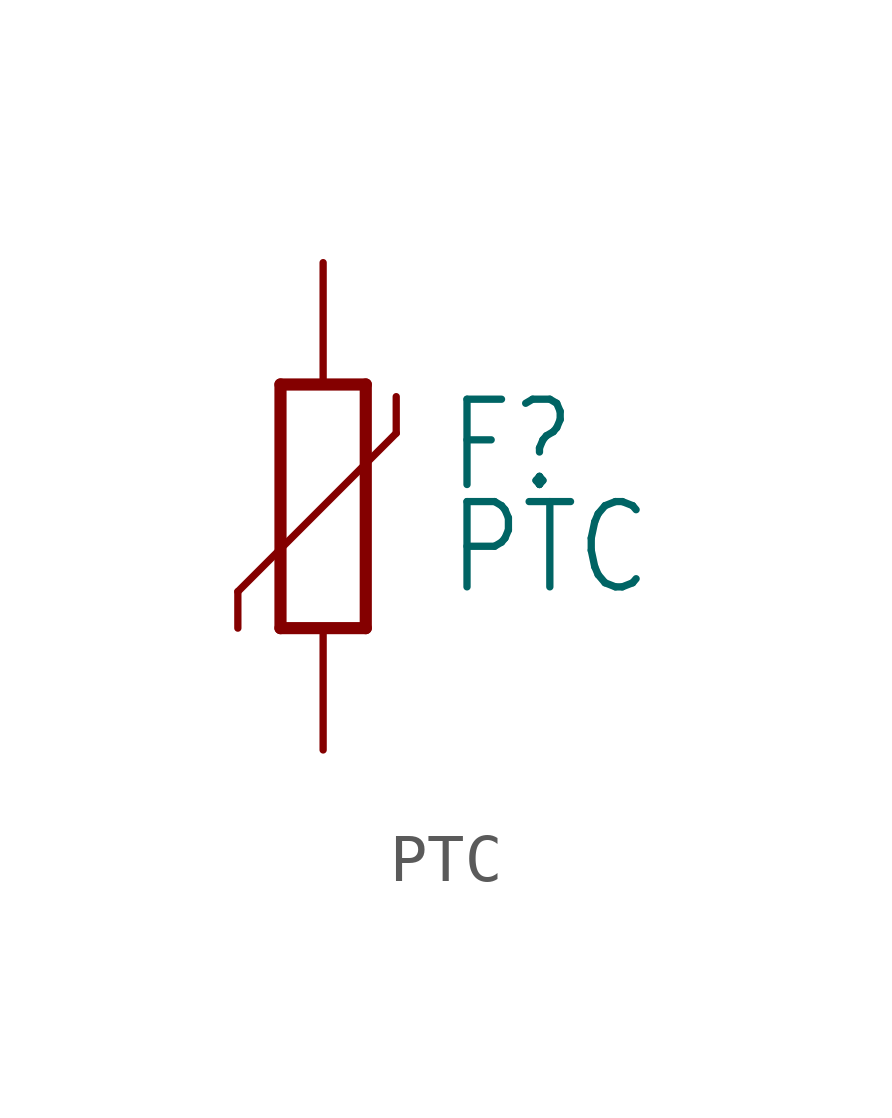
<source format=kicad_sym>
(kicad_symbol_lib
  (version 20211014)
  (generator kicad_symbol_editor)
  (symbol "PTC"
    (property "Reference" "F"
      (at 2.54 0.229 0)
      (effects (font (size 1.778 1.511)) (justify left bottom)))
    (property "Value" "PTC"
      (at 2.54 -1.905 0)
      (effects (font (size 1.778 1.511)) (justify left bottom)))
    (property "ki_locked" ""
      (at 0 0 0)
      (effects (font (size 1.27 1.27))))
    (symbol "PTC_1_0"
      (polyline (pts (xy -1.778 -1.778) (xy -1.778 -2.54)) (stroke (width 0.152) (type default) (color 0 0 0 0)) (fill (type none)))
      (polyline (pts (xy -0.889 2.54) (xy -0.889 -2.54)) (stroke (width 0.254) (type default) (color 0 0 0 0)) (fill (type none)))
      (polyline (pts (xy 0.889 -2.54) (xy -0.889 -2.54)) (stroke (width 0.254) (type default) (color 0 0 0 0)) (fill (type none)))
      (polyline (pts (xy 0.889 -2.54) (xy 0.889 2.54)) (stroke (width 0.254) (type default) (color 0 0 0 0)) (fill (type none)))
      (polyline (pts (xy 0.889 2.54) (xy -0.889 2.54)) (stroke (width 0.254) (type default) (color 0 0 0 0)) (fill (type none)))
      (polyline (pts (xy 1.524 1.524) (xy -1.778 -1.778)) (stroke (width 0.152) (type default) (color 0 0 0 0)) (fill (type none)))
      (polyline (pts (xy 1.524 2.286) (xy 1.524 1.524)) (stroke (width 0.152) (type default) (color 0 0 0 0)) (fill (type none)))
      (pin passive line (at 0 -5.08 90) (length 2.54) (name "1" (effects (font (size 0 0)))) (number "1" (effects (font (size 0 0)))))
      (pin passive line (at 0 5.08 270) (length 2.54) (name "2" (effects (font (size 0 0)))) (number "2" (effects (font (size 0 0))))))))
</source>
